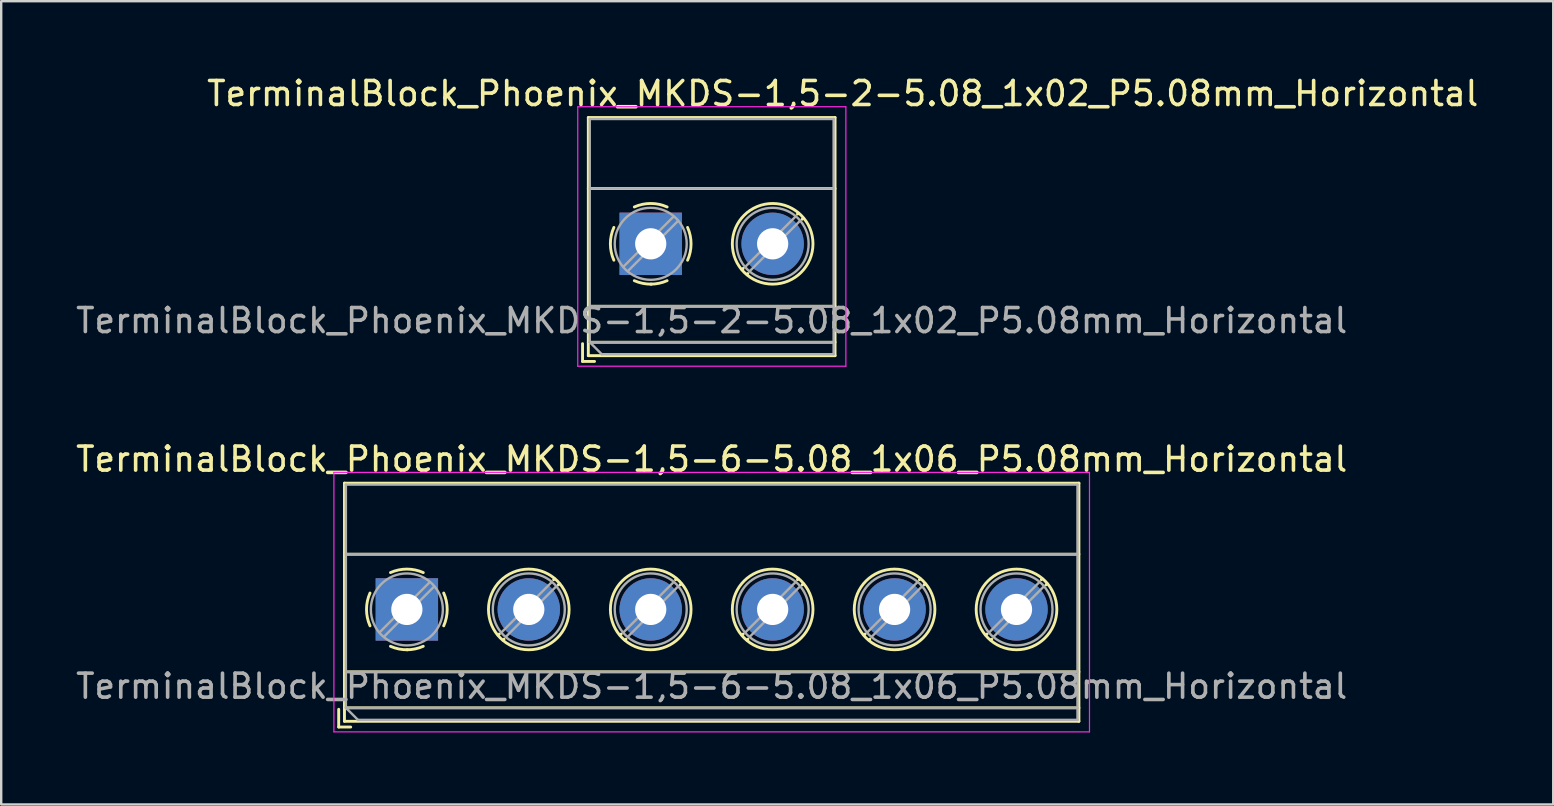
<source format=kicad_pcb>
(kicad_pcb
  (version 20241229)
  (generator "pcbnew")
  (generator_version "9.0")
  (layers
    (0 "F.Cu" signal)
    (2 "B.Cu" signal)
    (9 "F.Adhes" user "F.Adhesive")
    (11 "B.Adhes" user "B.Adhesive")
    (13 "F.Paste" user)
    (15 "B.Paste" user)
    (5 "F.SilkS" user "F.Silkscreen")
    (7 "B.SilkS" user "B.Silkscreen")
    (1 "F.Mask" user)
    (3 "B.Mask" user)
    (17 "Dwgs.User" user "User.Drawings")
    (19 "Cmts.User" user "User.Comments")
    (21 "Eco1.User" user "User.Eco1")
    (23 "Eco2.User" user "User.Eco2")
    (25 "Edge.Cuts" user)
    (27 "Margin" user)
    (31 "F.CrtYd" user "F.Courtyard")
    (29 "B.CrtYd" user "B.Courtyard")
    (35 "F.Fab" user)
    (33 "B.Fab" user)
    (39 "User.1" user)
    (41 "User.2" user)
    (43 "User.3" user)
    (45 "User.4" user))
  (footprint "TerminalBlock_Phoenix_MKDS-1,5-2-5.08_1x02_P5.08mm_Horizontal"
    (layer "F.Cu")
    (at 24.061 7.108)
    (property "Reference" "TerminalBlock_Phoenix_MKDS-1,5-2-5.08_1x02_P5.08mm_Horizontal" (at 8 -6.26 180) (layer "F.SilkS") (effects (font (size 1 1) (thickness 0.15))))
    (attr through_hole)
    (fp_line (start -2.84 4.16) (end -2.84 4.9) (stroke (width 0.12) (type solid)) (layer "F.SilkS"))
    (fp_line (start -2.84 4.9) (end -2.34 4.9) (stroke (width 0.12) (type solid)) (layer "F.SilkS"))
    (fp_line (start -2.6 -5.261) (end -2.6 4.66) (stroke (width 0.12) (type solid)) (layer "F.SilkS"))
    (fp_line (start -2.6 -5.261) (end 7.68 -5.261) (stroke (width 0.12) (type solid)) (layer "F.SilkS"))
    (fp_line (start -2.6 -2.301) (end 7.68 -2.301) (stroke (width 0.12) (type solid)) (layer "F.SilkS"))
    (fp_line (start -2.6 2.6) (end 7.68 2.6) (stroke (width 0.12) (type solid)) (layer "F.SilkS"))
    (fp_line (start -2.6 4.1) (end 7.68 4.1) (stroke (width 0.12) (type solid)) (layer "F.SilkS"))
    (fp_line (start -2.6 4.66) (end 7.68 4.66) (stroke (width 0.12) (type solid)) (layer "F.SilkS"))
    (fp_line (start 3.853 1.023) (end 3.806 1.069) (stroke (width 0.12) (type solid)) (layer "F.SilkS"))
    (fp_line (start 4.046 1.239) (end 4.011 1.274) (stroke (width 0.12) (type solid)) (layer "F.SilkS"))
    (fp_line (start 6.15 -1.275) (end 6.115 -1.239) (stroke (width 0.12) (type solid)) (layer "F.SilkS"))
    (fp_line (start 6.355 -1.069) (end 6.308 -1.023) (stroke (width 0.12) (type solid)) (layer "F.SilkS"))
    (fp_line (start 7.68 -5.261) (end 7.68 4.66) (stroke (width 0.12) (type solid)) (layer "F.SilkS"))
    (fp_arc (start -1.535427 0.683042) (mid -1.680501 -0.000524) (end -1.535 -0.684) (stroke (width 0.12) (type solid)) (layer "F.SilkS"))
    (fp_arc (start -0.683042 -1.535427) (mid 0.000524 -1.680501) (end 0.684 -1.535) (stroke (width 0.12) (type solid)) (layer "F.SilkS"))
    (fp_arc (start 0.028805 1.680253) (mid -0.335551 1.646659) (end -0.684 1.535) (stroke (width 0.12) (type solid)) (layer "F.SilkS"))
    (fp_arc (start 0.683318 1.534756) (mid 0.349292 1.643288) (end 0 1.68) (stroke (width 0.12) (type solid)) (layer "F.SilkS"))
    (fp_arc (start 1.535427 -0.683042) (mid 1.680501 0.000524) (end 1.535 0.684) (stroke (width 0.12) (type solid)) (layer "F.SilkS"))
    (fp_circle (center 5.08 0) (end 6.76 0) (stroke (width 0.12) (type solid)) (fill no) (layer "F.SilkS"))
    (fp_line (start -3.04 -5.71) (end -3.04 5.1) (stroke (width 0.05) (type solid)) (layer "F.CrtYd"))
    (fp_line (start -3.04 5.1) (end 8.13 5.1) (stroke (width 0.05) (type solid)) (layer "F.CrtYd"))
    (fp_line (start 8.13 -5.71) (end -3.04 -5.71) (stroke (width 0.05) (type solid)) (layer "F.CrtYd"))
    (fp_line (start 8.13 5.1) (end 8.13 -5.71) (stroke (width 0.05) (type solid)) (layer "F.CrtYd"))
    (fp_line (start -2.54 -5.2) (end 7.62 -5.2) (stroke (width 0.1) (type solid)) (layer "F.Fab"))
    (fp_line (start -2.54 -2.3) (end 7.62 -2.3) (stroke (width 0.1) (type solid)) (layer "F.Fab"))
    (fp_line (start -2.54 2.6) (end 7.62 2.6) (stroke (width 0.1) (type solid)) (layer "F.Fab"))
    (fp_line (start -2.54 4.1) (end -2.54 -5.2) (stroke (width 0.1) (type solid)) (layer "F.Fab"))
    (fp_line (start -2.54 4.1) (end 7.62 4.1) (stroke (width 0.1) (type solid)) (layer "F.Fab"))
    (fp_line (start -2.04 4.6) (end -2.54 4.1) (stroke (width 0.1) (type solid)) (layer "F.Fab"))
    (fp_line (start 0.955 -1.138) (end -1.138 0.955) (stroke (width 0.1) (type solid)) (layer "F.Fab"))
    (fp_line (start 1.138 -0.955) (end -0.955 1.138) (stroke (width 0.1) (type solid)) (layer "F.Fab"))
    (fp_line (start 6.035 -1.138) (end 3.943 0.955) (stroke (width 0.1) (type solid)) (layer "F.Fab"))
    (fp_line (start 6.218 -0.955) (end 4.126 1.138) (stroke (width 0.1) (type solid)) (layer "F.Fab"))
    (fp_line (start 7.62 -5.2) (end 7.62 4.6) (stroke (width 0.1) (type solid)) (layer "F.Fab"))
    (fp_line (start 7.62 4.6) (end -2.04 4.6) (stroke (width 0.1) (type solid)) (layer "F.Fab"))
    (fp_circle (center 0 0) (end 1.5 0) (stroke (width 0.1) (type solid)) (fill no) (layer "F.Fab"))
    (fp_circle (center 5.08 0) (end 6.58 0) (stroke (width 0.1) (type solid)) (fill no) (layer "F.Fab"))
    (fp_text user "${REFERENCE}" (at 2.54 3.2 180) (layer "F.Fab") (effects (font (size 1 1) (thickness 0.15))))
    (pad "1" thru_hole rect (at 0 0) (size 2.6 2.6) (drill 1.3) (layers "*.Cu" "*.Mask"))
    (pad "2" thru_hole circle (at 5.08 0) (size 2.6 2.6) (drill 1.3) (layers "*.Cu" "*.Mask")))
  (footprint "TerminalBlock_Phoenix_MKDS-1,5-6-5.08_1x06_P5.08mm_Horizontal"
    (layer "F.Cu")
    (at 13.901 22.341)
    (property "Reference" "TerminalBlock_Phoenix_MKDS-1,5-6-5.08_1x06_P5.08mm_Horizontal" (at 12.7 -6.26 0) (layer "F.SilkS") (effects (font (size 1 1) (thickness 0.15))))
    (attr through_hole)
    (fp_line (start -2.84 4.16) (end -2.84 4.9) (stroke (width 0.12) (type solid)) (layer "F.SilkS"))
    (fp_line (start -2.84 4.9) (end -2.34 4.9) (stroke (width 0.12) (type solid)) (layer "F.SilkS"))
    (fp_line (start -2.6 -5.261) (end -2.6 4.66) (stroke (width 0.12) (type solid)) (layer "F.SilkS"))
    (fp_line (start -2.6 -5.261) (end 28 -5.261) (stroke (width 0.12) (type solid)) (layer "F.SilkS"))
    (fp_line (start -2.6 -2.301) (end 28 -2.301) (stroke (width 0.12) (type solid)) (layer "F.SilkS"))
    (fp_line (start -2.6 2.6) (end 28 2.6) (stroke (width 0.12) (type solid)) (layer "F.SilkS"))
    (fp_line (start -2.6 4.1) (end 28 4.1) (stroke (width 0.12) (type solid)) (layer "F.SilkS"))
    (fp_line (start -2.6 4.66) (end 28 4.66) (stroke (width 0.12) (type solid)) (layer "F.SilkS"))
    (fp_line (start 3.853 1.023) (end 3.806 1.069) (stroke (width 0.12) (type solid)) (layer "F.SilkS"))
    (fp_line (start 4.046 1.239) (end 4.011 1.274) (stroke (width 0.12) (type solid)) (layer "F.SilkS"))
    (fp_line (start 6.15 -1.275) (end 6.115 -1.239) (stroke (width 0.12) (type solid)) (layer "F.SilkS"))
    (fp_line (start 6.355 -1.069) (end 6.308 -1.023) (stroke (width 0.12) (type solid)) (layer "F.SilkS"))
    (fp_line (start 8.933 1.023) (end 8.886 1.069) (stroke (width 0.12) (type solid)) (layer "F.SilkS"))
    (fp_line (start 9.126 1.239) (end 9.091 1.274) (stroke (width 0.12) (type solid)) (layer "F.SilkS"))
    (fp_line (start 11.23 -1.275) (end 11.195 -1.239) (stroke (width 0.12) (type solid)) (layer "F.SilkS"))
    (fp_line (start 11.435 -1.069) (end 11.388 -1.023) (stroke (width 0.12) (type solid)) (layer "F.SilkS"))
    (fp_line (start 14.013 1.023) (end 13.966 1.069) (stroke (width 0.12) (type solid)) (layer "F.SilkS"))
    (fp_line (start 14.206 1.239) (end 14.171 1.274) (stroke (width 0.12) (type solid)) (layer "F.SilkS"))
    (fp_line (start 16.31 -1.275) (end 16.275 -1.239) (stroke (width 0.12) (type solid)) (layer "F.SilkS"))
    (fp_line (start 16.515 -1.069) (end 16.468 -1.023) (stroke (width 0.12) (type solid)) (layer "F.SilkS"))
    (fp_line (start 19.093 1.023) (end 19.046 1.069) (stroke (width 0.12) (type solid)) (layer "F.SilkS"))
    (fp_line (start 19.286 1.239) (end 19.251 1.274) (stroke (width 0.12) (type solid)) (layer "F.SilkS"))
    (fp_line (start 21.39 -1.275) (end 21.355 -1.239) (stroke (width 0.12) (type solid)) (layer "F.SilkS"))
    (fp_line (start 21.595 -1.069) (end 21.548 -1.023) (stroke (width 0.12) (type solid)) (layer "F.SilkS"))
    (fp_line (start 24.173 1.023) (end 24.126 1.069) (stroke (width 0.12) (type solid)) (layer "F.SilkS"))
    (fp_line (start 24.366 1.239) (end 24.331 1.274) (stroke (width 0.12) (type solid)) (layer "F.SilkS"))
    (fp_line (start 26.47 -1.275) (end 26.435 -1.239) (stroke (width 0.12) (type solid)) (layer "F.SilkS"))
    (fp_line (start 26.675 -1.069) (end 26.628 -1.023) (stroke (width 0.12) (type solid)) (layer "F.SilkS"))
    (fp_line (start 28 -5.261) (end 28 4.66) (stroke (width 0.12) (type solid)) (layer "F.SilkS"))
    (fp_arc (start -1.535427 0.683042) (mid -1.680501 -0.000524) (end -1.535 -0.684) (stroke (width 0.12) (type solid)) (layer "F.SilkS"))
    (fp_arc (start -0.683042 -1.535427) (mid 0.000524 -1.680501) (end 0.684 -1.535) (stroke (width 0.12) (type solid)) (layer "F.SilkS"))
    (fp_arc (start 0.028805 1.680253) (mid -0.335551 1.646659) (end -0.684 1.535) (stroke (width 0.12) (type solid)) (layer "F.SilkS"))
    (fp_arc (start 0.683318 1.534756) (mid 0.349292 1.643288) (end 0 1.68) (stroke (width 0.12) (type solid)) (layer "F.SilkS"))
    (fp_arc (start 1.535427 -0.683042) (mid 1.680501 0.000524) (end 1.535 0.684) (stroke (width 0.12) (type solid)) (layer "F.SilkS"))
    (fp_circle (center 5.08 0) (end 6.76 0) (stroke (width 0.12) (type solid)) (fill no) (layer "F.SilkS"))
    (fp_circle (center 10.16 0) (end 11.84 0) (stroke (width 0.12) (type solid)) (fill no) (layer "F.SilkS"))
    (fp_circle (center 15.24 0) (end 16.92 0) (stroke (width 0.12) (type solid)) (fill no) (layer "F.SilkS"))
    (fp_circle (center 20.32 0) (end 22 0) (stroke (width 0.12) (type solid)) (fill no) (layer "F.SilkS"))
    (fp_circle (center 25.4 0) (end 27.08 0) (stroke (width 0.12) (type solid)) (fill no) (layer "F.SilkS"))
    (fp_line (start -3.04 -5.71) (end -3.04 5.1) (stroke (width 0.05) (type solid)) (layer "F.CrtYd"))
    (fp_line (start -3.04 5.1) (end 28.44 5.1) (stroke (width 0.05) (type solid)) (layer "F.CrtYd"))
    (fp_line (start 28.44 -5.71) (end -3.04 -5.71) (stroke (width 0.05) (type solid)) (layer "F.CrtYd"))
    (fp_line (start 28.44 5.1) (end 28.44 -5.71) (stroke (width 0.05) (type solid)) (layer "F.CrtYd"))
    (fp_line (start -2.54 -5.2) (end 27.94 -5.2) (stroke (width 0.1) (type solid)) (layer "F.Fab"))
    (fp_line (start -2.54 -2.3) (end 27.94 -2.3) (stroke (width 0.1) (type solid)) (layer "F.Fab"))
    (fp_line (start -2.54 2.6) (end 27.94 2.6) (stroke (width 0.1) (type solid)) (layer "F.Fab"))
    (fp_line (start -2.54 4.1) (end -2.54 -5.2) (stroke (width 0.1) (type solid)) (layer "F.Fab"))
    (fp_line (start -2.54 4.1) (end 27.94 4.1) (stroke (width 0.1) (type solid)) (layer "F.Fab"))
    (fp_line (start -2.04 4.6) (end -2.54 4.1) (stroke (width 0.1) (type solid)) (layer "F.Fab"))
    (fp_line (start 0.955 -1.138) (end -1.138 0.955) (stroke (width 0.1) (type solid)) (layer "F.Fab"))
    (fp_line (start 1.138 -0.955) (end -0.955 1.138) (stroke (width 0.1) (type solid)) (layer "F.Fab"))
    (fp_line (start 6.035 -1.138) (end 3.943 0.955) (stroke (width 0.1) (type solid)) (layer "F.Fab"))
    (fp_line (start 6.218 -0.955) (end 4.126 1.138) (stroke (width 0.1) (type solid)) (layer "F.Fab"))
    (fp_line (start 11.115 -1.138) (end 9.023 0.955) (stroke (width 0.1) (type solid)) (layer "F.Fab"))
    (fp_line (start 11.298 -0.955) (end 9.206 1.138) (stroke (width 0.1) (type solid)) (layer "F.Fab"))
    (fp_line (start 16.195 -1.138) (end 14.103 0.955) (stroke (width 0.1) (type solid)) (layer "F.Fab"))
    (fp_line (start 16.378 -0.955) (end 14.286 1.138) (stroke (width 0.1) (type solid)) (layer "F.Fab"))
    (fp_line (start 21.275 -1.138) (end 19.183 0.955) (stroke (width 0.1) (type solid)) (layer "F.Fab"))
    (fp_line (start 21.458 -0.955) (end 19.366 1.138) (stroke (width 0.1) (type solid)) (layer "F.Fab"))
    (fp_line (start 26.355 -1.138) (end 24.263 0.955) (stroke (width 0.1) (type solid)) (layer "F.Fab"))
    (fp_line (start 26.538 -0.955) (end 24.446 1.138) (stroke (width 0.1) (type solid)) (layer "F.Fab"))
    (fp_line (start 27.94 -5.2) (end 27.94 4.6) (stroke (width 0.1) (type solid)) (layer "F.Fab"))
    (fp_line (start 27.94 4.6) (end -2.04 4.6) (stroke (width 0.1) (type solid)) (layer "F.Fab"))
    (fp_circle (center 0 0) (end 1.5 0) (stroke (width 0.1) (type solid)) (fill no) (layer "F.Fab"))
    (fp_circle (center 5.08 0) (end 6.58 0) (stroke (width 0.1) (type solid)) (fill no) (layer "F.Fab"))
    (fp_circle (center 10.16 0) (end 11.66 0) (stroke (width 0.1) (type solid)) (fill no) (layer "F.Fab"))
    (fp_circle (center 15.24 0) (end 16.74 0) (stroke (width 0.1) (type solid)) (fill no) (layer "F.Fab"))
    (fp_circle (center 20.32 0) (end 21.82 0) (stroke (width 0.1) (type solid)) (fill no) (layer "F.Fab"))
    (fp_circle (center 25.4 0) (end 26.9 0) (stroke (width 0.1) (type solid)) (fill no) (layer "F.Fab"))
    (fp_text user "${REFERENCE}" (at 12.7 3.2 0) (layer "F.Fab") (effects (font (size 1 1) (thickness 0.15))))
    (pad "1" thru_hole rect (at 0 0) (size 2.6 2.6) (drill 1.3) (layers "*.Cu" "*.Mask"))
    (pad "2" thru_hole circle (at 5.08 0) (size 2.6 2.6) (drill 1.3) (layers "*.Cu" "*.Mask"))
    (pad "3" thru_hole circle (at 10.16 0) (size 2.6 2.6) (drill 1.3) (layers "*.Cu" "*.Mask"))
    (pad "4" thru_hole circle (at 15.24 0) (size 2.6 2.6) (drill 1.3) (layers "*.Cu" "*.Mask"))
    (pad "5" thru_hole circle (at 20.32 0) (size 2.6 2.6) (drill 1.3) (layers "*.Cu" "*.Mask"))
    (pad "6" thru_hole circle (at 25.4 0) (size 2.6 2.6) (drill 1.3) (layers "*.Cu" "*.Mask")))
  (gr_rect
    (start -3 -3)
    (end 61.662 30.466)
    (stroke (width 0.1) (type default))
    (fill no)
    (layer "Edge.Cuts")))
</source>
